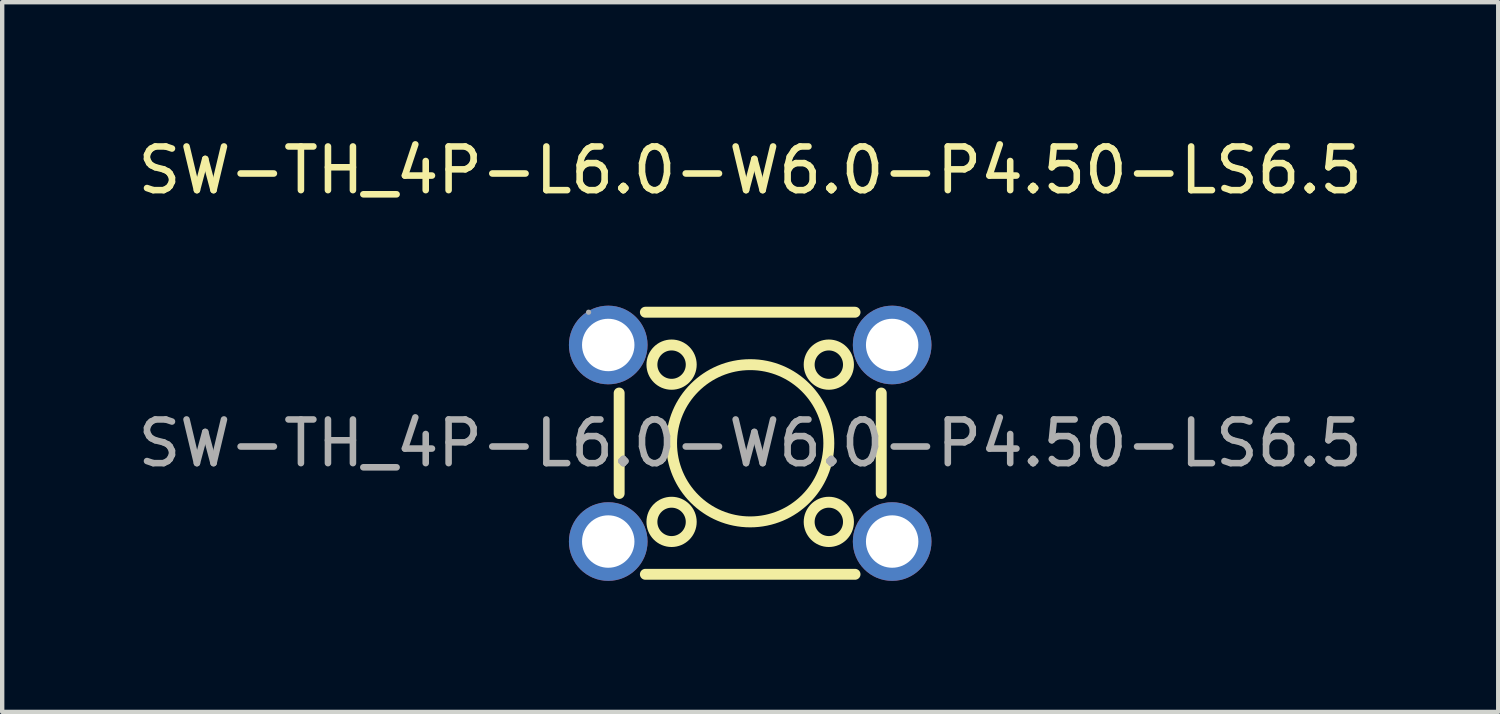
<source format=kicad_pcb>
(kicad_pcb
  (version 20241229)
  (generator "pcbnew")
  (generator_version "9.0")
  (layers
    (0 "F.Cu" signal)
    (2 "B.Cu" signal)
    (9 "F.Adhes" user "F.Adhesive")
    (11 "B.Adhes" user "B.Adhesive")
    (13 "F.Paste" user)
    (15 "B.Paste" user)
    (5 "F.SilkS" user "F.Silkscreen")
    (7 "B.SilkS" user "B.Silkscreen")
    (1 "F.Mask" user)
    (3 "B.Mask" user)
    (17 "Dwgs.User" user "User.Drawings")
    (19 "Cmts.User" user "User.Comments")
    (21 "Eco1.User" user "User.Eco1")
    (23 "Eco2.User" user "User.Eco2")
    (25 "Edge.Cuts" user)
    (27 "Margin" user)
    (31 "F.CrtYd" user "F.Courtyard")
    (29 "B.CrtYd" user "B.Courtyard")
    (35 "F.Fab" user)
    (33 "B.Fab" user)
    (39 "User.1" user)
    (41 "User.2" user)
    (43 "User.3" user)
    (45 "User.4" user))
  (footprint "SW-TH_4P-L6.0-W6.0-P4.50-LS6.5"
    (layer "F.Cu")
    (at 14.125 7.098)
    (property "Reference" "SW-TH_4P-L6.0-W6.0-P4.50-LS6.5" (at 0 -6.25 0) (layer "F.SilkS") (effects (font (size 1 1) (thickness 0.15))))
    (attr through_hole)
    (fp_line (start -3 1.15) (end -3 -1.15) (stroke (width 0.25) (type solid)) (layer "F.SilkS"))
    (fp_line (start -2.4 -3) (end 2.4 -3) (stroke (width 0.25) (type solid)) (layer "F.SilkS"))
    (fp_line (start 2.4 3) (end -2.4 3) (stroke (width 0.25) (type solid)) (layer "F.SilkS"))
    (fp_line (start 3 -1.15) (end 3 1.15) (stroke (width 0.25) (type solid)) (layer "F.SilkS"))
    (fp_circle (center -1.8 -1.8) (end -1.35 -1.8) (stroke (width 0.25) (type solid)) (fill no) (layer "F.SilkS"))
    (fp_circle (center -1.8 1.8) (end -1.35 1.8) (stroke (width 0.25) (type solid)) (fill no) (layer "F.SilkS"))
    (fp_circle (center 0 0) (end 1.8 0) (stroke (width 0.25) (type solid)) (fill no) (layer "F.SilkS"))
    (fp_circle (center 1.8 -1.8) (end 2.25 -1.8) (stroke (width 0.25) (type solid)) (fill no) (layer "F.SilkS"))
    (fp_circle (center 1.8 1.8) (end 2.25 1.8) (stroke (width 0.25) (type solid)) (fill no) (layer "F.SilkS"))
    (fp_circle (center -3.7 -3) (end -3.67 -3) (stroke (width 0.06) (type solid)) (fill no) (layer "F.Fab"))
    (fp_text user "${REFERENCE}" (at 0 0 0) (layer "F.Fab") (effects (font (size 1 1) (thickness 0.15))))
    (pad "1" thru_hole circle (at -3.25 -2.25) (size 1.8 1.8) (drill 1.2) (layers "*.Cu" "*.Mask"))
    (pad "1" thru_hole circle (at 3.25 -2.25) (size 1.8 1.8) (drill 1.2) (layers "*.Cu" "*.Mask"))
    (pad "2" thru_hole circle (at -3.25 2.25) (size 1.8 1.8) (drill 1.2) (layers "*.Cu" "*.Mask"))
    (pad "2" thru_hole circle (at 3.25 2.25) (size 1.8 1.8) (drill 1.2) (layers "*.Cu" "*.Mask")))
  (gr_rect
    (start -3 -3)
    (end 31.25 13.248)
    (stroke (width 0.1) (type default))
    (fill no)
    (layer "Edge.Cuts")))
</source>
